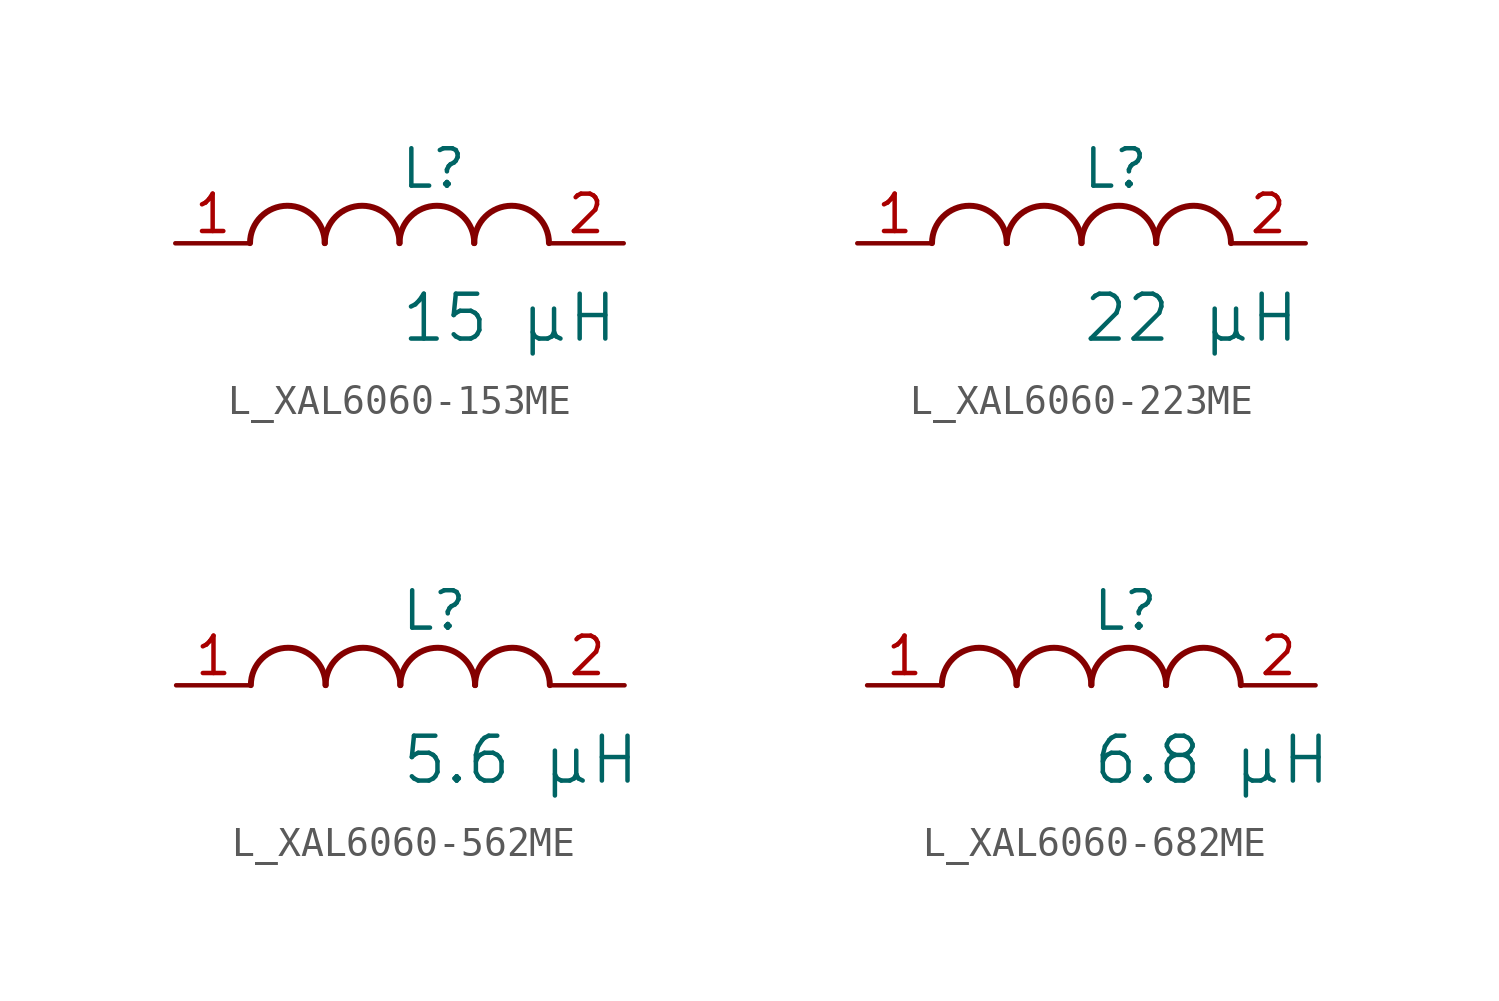
<source format=kicad_sym>
(kicad_symbol_lib
  (version 20231120)
  (generator "kicad_symbol_editor")
  (generator_version "8.0")
  (symbol "L_XAL6060-153ME"
    (pin_names
      (offset 0.254))
    (property "Reference" "L"
      (at 0 2.54 0)
      (effects (font (size 1.27 1.27)) (justify left)))
    (property "Value" "15 µH"
      (at 0 -2.54 0)
      (effects (font (size 1.524 1.524)) (justify left)))
    (symbol "L_XAL6060-153ME_1_1"
      (arc (start -2.54 0.0056) (mid -3.81 1.27) (end -5.08 0.0056) (stroke (width 0.2032) (type default)) (fill (type none)))
      (arc (start 0 0.0056) (mid -1.27 1.27) (end -2.54 0.0056) (stroke (width 0.2032) (type default)) (fill (type none)))
      (arc (start 2.54 0.0056) (mid 1.27 1.27) (end 0 0.0056) (stroke (width 0.2032) (type default)) (fill (type none)))
      (arc (start 5.08 0.0056) (mid 3.81 1.27) (end 2.54 0.0056) (stroke (width 0.2032) (type default)) (fill (type none)))
      (pin unspecified line (at -7.62 0 0) (length 2.54) (name "" (effects (font (size 1.27 1.27)))) (number "1" (effects (font (size 1.27 1.27)))))
      (pin unspecified line (at 7.62 0 180) (length 2.54) (name "" (effects (font (size 1.27 1.27)))) (number "2" (effects (font (size 1.27 1.27)))))))
  (symbol "L_XAL6060-223ME"
    (pin_names
      (offset 0.254))
    (property "Reference" "L"
      (at 0 2.54 0)
      (effects (font (size 1.27 1.27)) (justify left)))
    (property "Value" "22 µH"
      (at 0 -2.54 0)
      (effects (font (size 1.524 1.524)) (justify left)))
    (symbol "L_XAL6060-223ME_1_1"
      (arc (start -2.54 0.0056) (mid -3.81 1.27) (end -5.08 0.0056) (stroke (width 0.2032) (type default)) (fill (type none)))
      (arc (start 0 0.0056) (mid -1.27 1.27) (end -2.54 0.0056) (stroke (width 0.2032) (type default)) (fill (type none)))
      (arc (start 2.54 0.0056) (mid 1.27 1.27) (end 0 0.0056) (stroke (width 0.2032) (type default)) (fill (type none)))
      (arc (start 5.08 0.0056) (mid 3.81 1.27) (end 2.54 0.0056) (stroke (width 0.2032) (type default)) (fill (type none)))
      (pin unspecified line (at -7.62 0 0) (length 2.54) (name "" (effects (font (size 1.27 1.27)))) (number "1" (effects (font (size 1.27 1.27)))))
      (pin unspecified line (at 7.62 0 180) (length 2.54) (name "" (effects (font (size 1.27 1.27)))) (number "2" (effects (font (size 1.27 1.27)))))))
  (symbol "L_XAL6060-562ME"
    (pin_names
      (offset 0.254))
    (property "Reference" "L"
      (at 0 2.54 0)
      (effects (font (size 1.27 1.27)) (justify left)))
    (property "Value" "5.6 µH"
      (at 0 -2.54 0)
      (effects (font (size 1.524 1.524)) (justify left)))
    (symbol "L_XAL6060-562ME_1_1"
      (arc (start -2.54 0.0056) (mid -3.81 1.27) (end -5.08 0.0056) (stroke (width 0.2032) (type default)) (fill (type none)))
      (arc (start 0 0.0056) (mid -1.27 1.27) (end -2.54 0.0056) (stroke (width 0.2032) (type default)) (fill (type none)))
      (arc (start 2.54 0.0056) (mid 1.27 1.27) (end 0 0.0056) (stroke (width 0.2032) (type default)) (fill (type none)))
      (arc (start 5.08 0.0056) (mid 3.81 1.27) (end 2.54 0.0056) (stroke (width 0.2032) (type default)) (fill (type none)))
      (pin unspecified line (at -7.62 0 0) (length 2.54) (name "" (effects (font (size 1.27 1.27)))) (number "1" (effects (font (size 1.27 1.27)))))
      (pin unspecified line (at 7.62 0 180) (length 2.54) (name "" (effects (font (size 1.27 1.27)))) (number "2" (effects (font (size 1.27 1.27)))))))
  (symbol "L_XAL6060-682ME"
    (pin_names
      (offset 0.254))
    (property "Reference" "L"
      (at 0 2.54 0)
      (effects (font (size 1.27 1.27)) (justify left)))
    (property "Value" "6.8 µH"
      (at 0 -2.54 0)
      (effects (font (size 1.524 1.524)) (justify left)))
    (symbol "L_XAL6060-682ME_1_1"
      (arc (start -2.54 0.0056) (mid -3.81 1.27) (end -5.08 0.0056) (stroke (width 0.2032) (type default)) (fill (type none)))
      (arc (start 0 0.0056) (mid -1.27 1.27) (end -2.54 0.0056) (stroke (width 0.2032) (type default)) (fill (type none)))
      (arc (start 2.54 0.0056) (mid 1.27 1.27) (end 0 0.0056) (stroke (width 0.2032) (type default)) (fill (type none)))
      (arc (start 5.08 0.0056) (mid 3.81 1.27) (end 2.54 0.0056) (stroke (width 0.2032) (type default)) (fill (type none)))
      (pin unspecified line (at -7.62 0 0) (length 2.54) (name "" (effects (font (size 1.27 1.27)))) (number "1" (effects (font (size 1.27 1.27)))))
      (pin unspecified line (at 7.62 0 180) (length 2.54) (name "" (effects (font (size 1.27 1.27)))) (number "2" (effects (font (size 1.27 1.27))))))))
</source>
